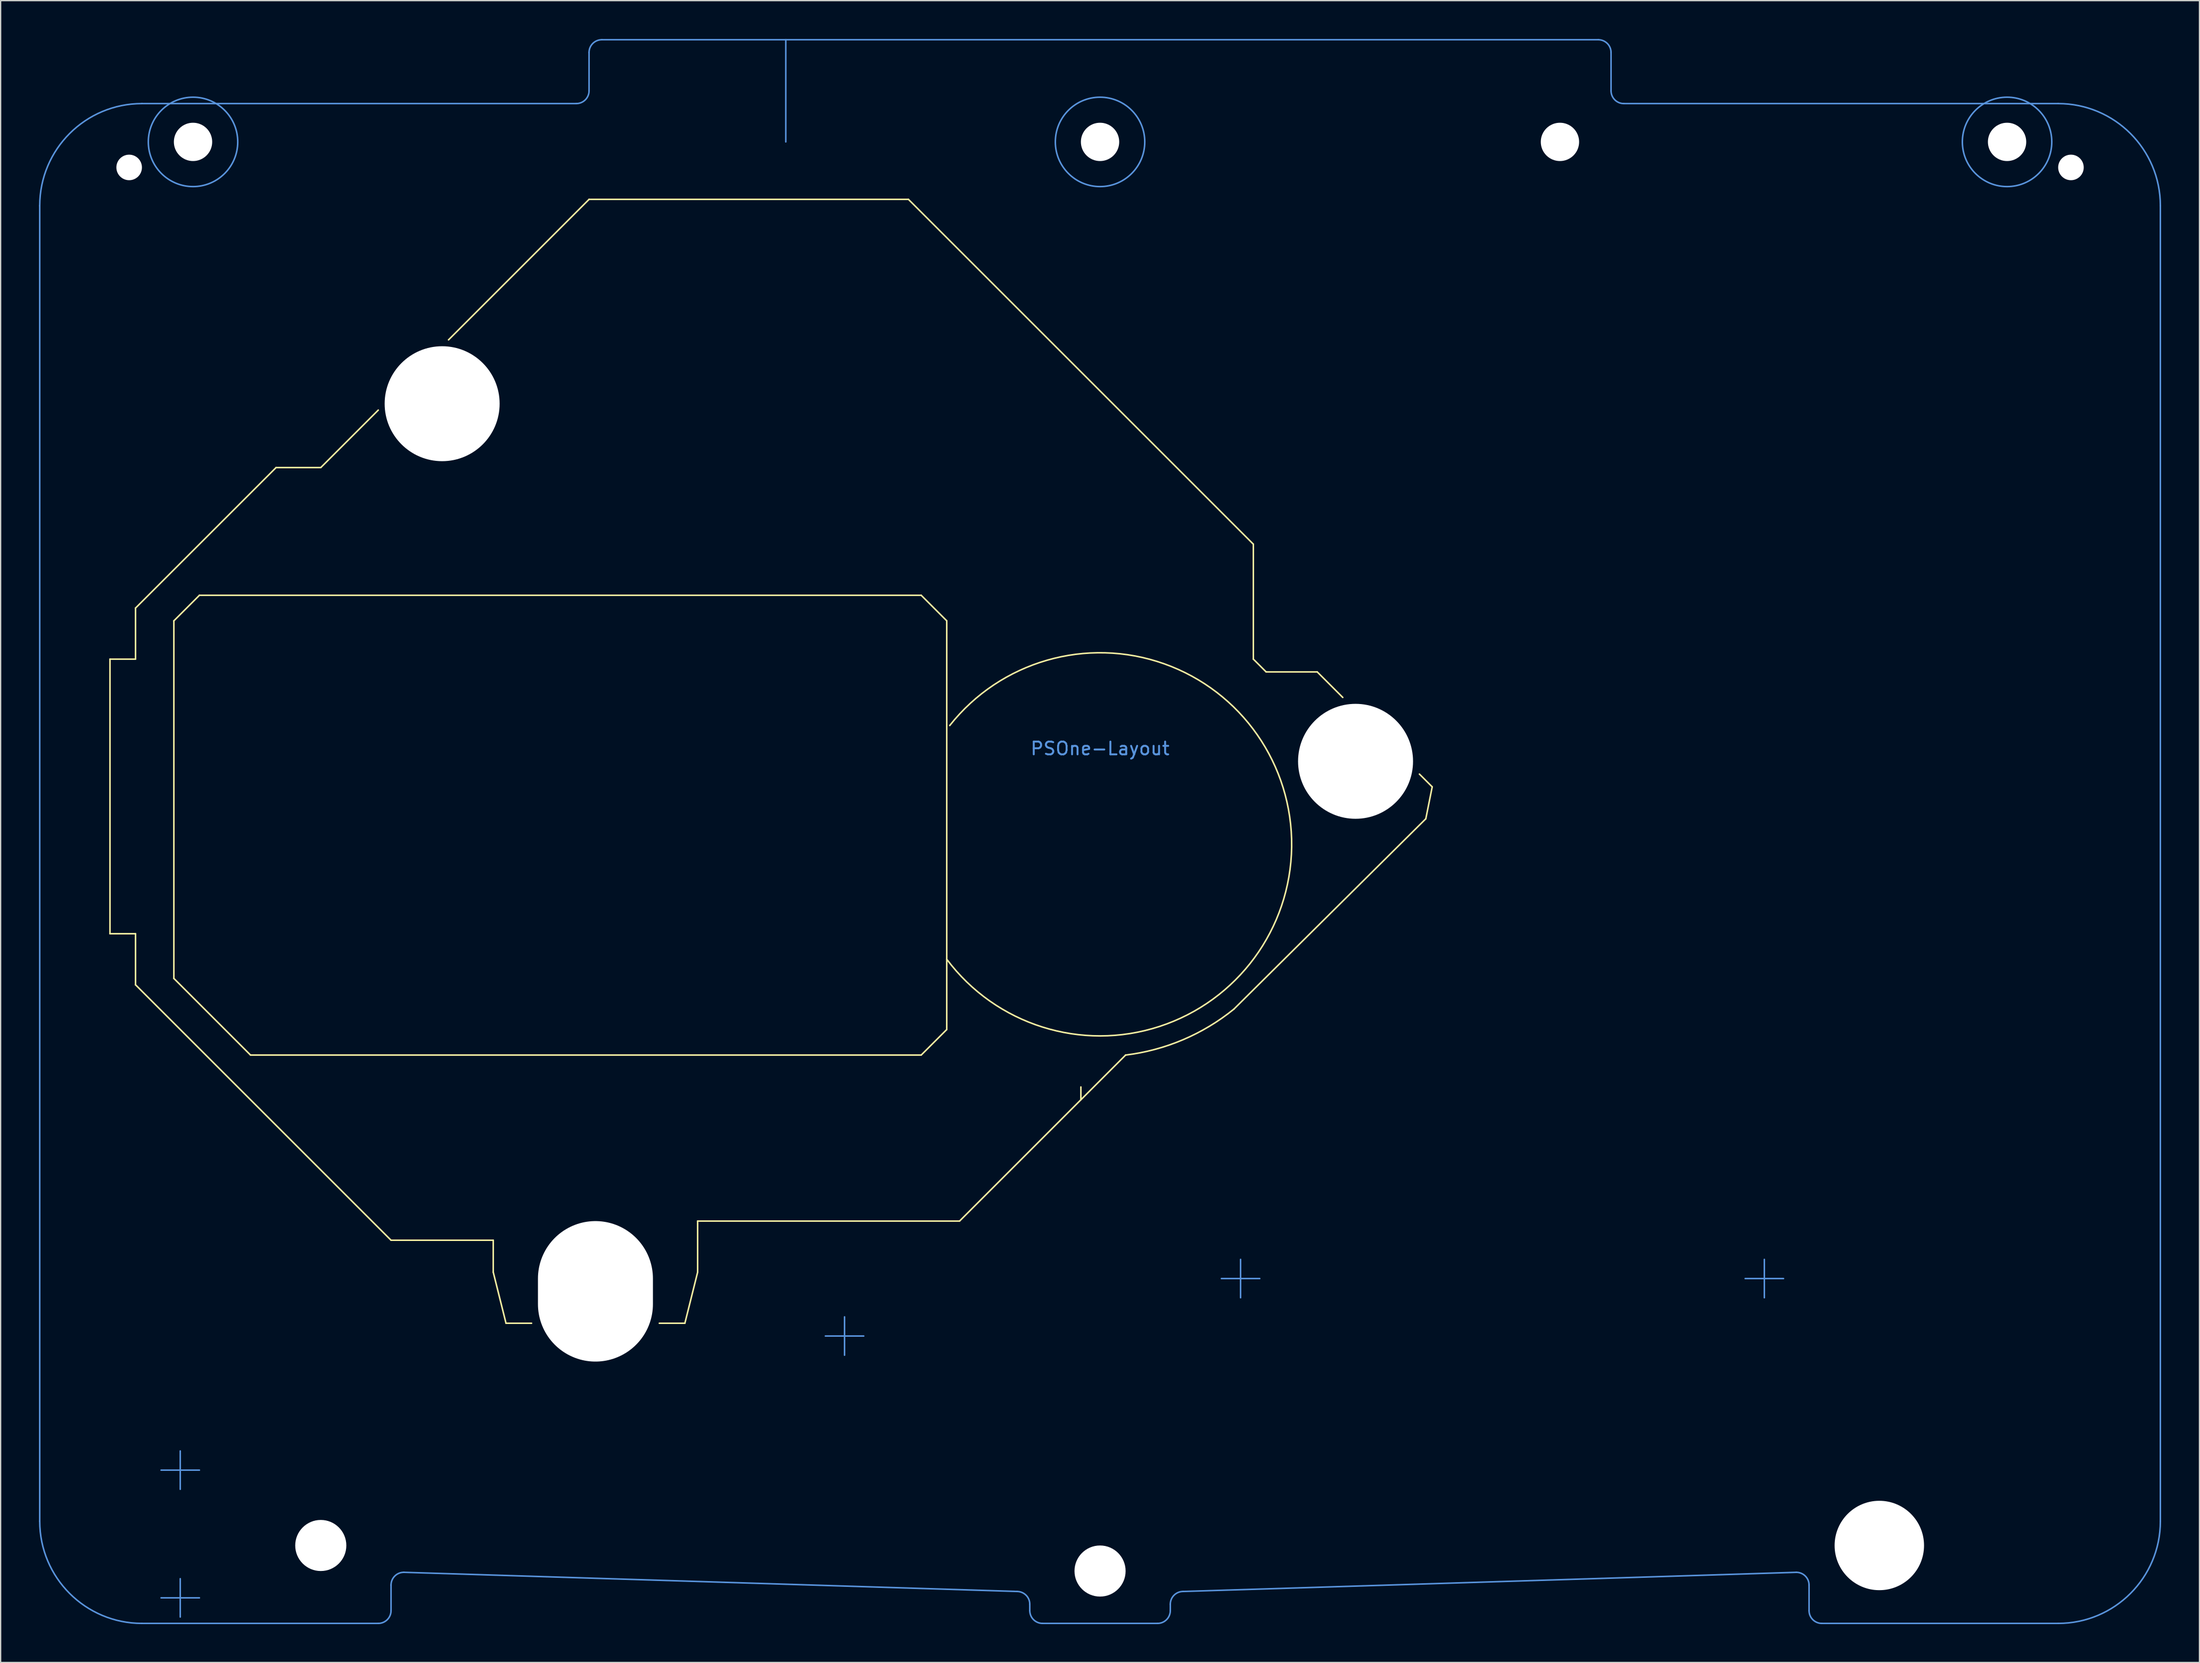
<source format=kicad_pcb>
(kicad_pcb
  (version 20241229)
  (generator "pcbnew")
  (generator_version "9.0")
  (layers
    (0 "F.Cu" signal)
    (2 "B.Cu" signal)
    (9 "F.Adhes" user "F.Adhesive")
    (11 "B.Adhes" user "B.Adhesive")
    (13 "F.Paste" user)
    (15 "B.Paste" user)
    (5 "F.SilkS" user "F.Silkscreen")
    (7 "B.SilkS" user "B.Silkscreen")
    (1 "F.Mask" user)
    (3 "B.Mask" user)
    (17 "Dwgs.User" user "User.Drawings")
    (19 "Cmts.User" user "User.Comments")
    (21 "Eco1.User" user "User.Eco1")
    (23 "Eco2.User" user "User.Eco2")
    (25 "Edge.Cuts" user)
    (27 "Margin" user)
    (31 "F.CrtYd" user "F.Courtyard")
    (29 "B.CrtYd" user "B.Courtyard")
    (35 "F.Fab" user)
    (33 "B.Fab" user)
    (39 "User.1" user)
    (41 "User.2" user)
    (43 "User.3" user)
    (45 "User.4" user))
  (footprint "PSOne-Layout"
    (layer "F.Cu")
    (at 83.06 63.06)
    (property "Reference" "PSOne-Layout" (at 0 -7.5 0) (layer "Cmts.User") (effects (font (size 1 1) (thickness 0.15))))
    (attr through_hole)
    (fp_line (start -77.5 -14.5) (end -77.5 7) (stroke (width 0.12) (type solid)) (layer "F.SilkS"))
    (fp_line (start -77.5 7) (end -75.5 7) (stroke (width 0.12) (type solid)) (layer "F.SilkS"))
    (fp_line (start -75.5 -14.5) (end -77.5 -14.5) (stroke (width 0.12) (type solid)) (layer "F.SilkS"))
    (fp_line (start -75.5 -14.5) (end -75.5 -18.5) (stroke (width 0.12) (type solid)) (layer "F.SilkS"))
    (fp_line (start -75.5 7) (end -75.5 11) (stroke (width 0.12) (type solid)) (layer "F.SilkS"))
    (fp_line (start -75.5 11) (end -55.5 31) (stroke (width 0.12) (type solid)) (layer "F.SilkS"))
    (fp_line (start -72.5 -17.5) (end -70.5 -19.5) (stroke (width 0.12) (type solid)) (layer "F.SilkS"))
    (fp_line (start -72.5 10.5) (end -72.5 -17.5) (stroke (width 0.12) (type solid)) (layer "F.SilkS"))
    (fp_line (start -72.5 10.5) (end -66.5 16.5) (stroke (width 0.12) (type solid)) (layer "F.SilkS"))
    (fp_line (start -70.5 -19.5) (end -14 -19.5) (stroke (width 0.12) (type solid)) (layer "F.SilkS"))
    (fp_line (start -64.5 -29.5) (end -75.5 -18.5) (stroke (width 0.12) (type solid)) (layer "F.SilkS"))
    (fp_line (start -61 -29.5) (end -64.5 -29.5) (stroke (width 0.12) (type solid)) (layer "F.SilkS"))
    (fp_line (start -61 -29.5) (end -56.5 -34) (stroke (width 0.12) (type solid)) (layer "F.SilkS"))
    (fp_line (start -55.5 31) (end -47.5 31) (stroke (width 0.12) (type solid)) (layer "F.SilkS"))
    (fp_line (start -51 -39.5) (end -40 -50.5) (stroke (width 0.12) (type solid)) (layer "F.SilkS"))
    (fp_line (start -47.5 31) (end -47.5 33.5) (stroke (width 0.12) (type solid)) (layer "F.SilkS"))
    (fp_line (start -47.5 33.5) (end -46.5 37.5) (stroke (width 0.12) (type solid)) (layer "F.SilkS"))
    (fp_line (start -46.5 37.5) (end -44.5 37.5) (stroke (width 0.12) (type solid)) (layer "F.SilkS"))
    (fp_line (start -34.5 37.5) (end -32.5 37.5) (stroke (width 0.12) (type solid)) (layer "F.SilkS"))
    (fp_line (start -32.5 37.5) (end -31.5 33.5) (stroke (width 0.12) (type solid)) (layer "F.SilkS"))
    (fp_line (start -31.5 29.5) (end -11 29.5) (stroke (width 0.12) (type solid)) (layer "F.SilkS"))
    (fp_line (start -31.5 33.5) (end -31.5 29.5) (stroke (width 0.12) (type solid)) (layer "F.SilkS"))
    (fp_line (start -15 -50.5) (end -40 -50.5) (stroke (width 0.12) (type solid)) (layer "F.SilkS"))
    (fp_line (start -14 -19.5) (end -12 -17.5) (stroke (width 0.12) (type solid)) (layer "F.SilkS"))
    (fp_line (start -14 16.5) (end -66.5 16.5) (stroke (width 0.12) (type solid)) (layer "F.SilkS"))
    (fp_line (start -14 16.5) (end -12 14.5) (stroke (width 0.12) (type solid)) (layer "F.SilkS"))
    (fp_line (start -12 -17.5) (end -12 14.5) (stroke (width 0.12) (type solid)) (layer "F.SilkS"))
    (fp_line (start -11 29.5) (end 2 16.5) (stroke (width 0.12) (type solid)) (layer "F.SilkS"))
    (fp_line (start -1.5 20) (end -1.5 19) (stroke (width 0.12) (type solid)) (layer "F.SilkS"))
    (fp_line (start 10.478 12.902) (end 25.5 -2) (stroke (width 0.12) (type solid)) (layer "F.SilkS"))
    (fp_line (start 12 -23.5) (end -15 -50.5) (stroke (width 0.12) (type solid)) (layer "F.SilkS"))
    (fp_line (start 12 -14.5) (end 12 -23.5) (stroke (width 0.12) (type solid)) (layer "F.SilkS"))
    (fp_line (start 13 -13.5) (end 12 -14.5) (stroke (width 0.12) (type solid)) (layer "F.SilkS"))
    (fp_line (start 17 -13.5) (end 13 -13.5) (stroke (width 0.12) (type solid)) (layer "F.SilkS"))
    (fp_line (start 19 -11.5) (end 17 -13.5) (stroke (width 0.12) (type solid)) (layer "F.SilkS"))
    (fp_line (start 25.5 -2) (end 26 -4.5) (stroke (width 0.12) (type solid)) (layer "F.SilkS"))
    (fp_line (start 26 -4.5) (end 25 -5.5) (stroke (width 0.12) (type solid)) (layer "F.SilkS"))
    (fp_arc (start -11.76676 -9.302869) (mid 14.998783 0.191135) (end -12 9) (stroke (width 0.12) (type solid)) (layer "F.SilkS"))
    (fp_arc (start 10.484844 12.896434) (mid 6.497249 15.298226) (end 1.999999 16.499999) (stroke (width 0.12) (type solid)) (layer "F.SilkS"))
    (fp_line (start -83 53) (end -83 -50) (stroke (width 0.12) (type solid)) (layer "Cmts.User"))
    (fp_line (start -75 -58) (end -41 -58) (stroke (width 0.12) (type solid)) (layer "Cmts.User"))
    (fp_line (start -73.5 59) (end -70.5 59) (stroke (width 0.12) (type solid)) (layer "Cmts.User"))
    (fp_line (start -72 47.5) (end -72 50.5) (stroke (width 0.12) (type solid)) (layer "Cmts.User"))
    (fp_line (start -72 57.5) (end -72 60.5) (stroke (width 0.12) (type solid)) (layer "Cmts.User"))
    (fp_line (start -70.5 49) (end -73.5 49) (stroke (width 0.12) (type solid)) (layer "Cmts.User"))
    (fp_line (start -56.5 61) (end -75 61) (stroke (width 0.12) (type solid)) (layer "Cmts.User"))
    (fp_line (start -55.5 60) (end -55.5 58) (stroke (width 0.12) (type solid)) (layer "Cmts.User"))
    (fp_line (start -54.5 57) (end -6.5 58.5) (stroke (width 0.12) (type solid)) (layer "Cmts.User"))
    (fp_line (start -40 -59) (end -40 -62) (stroke (width 0.12) (type solid)) (layer "Cmts.User"))
    (fp_line (start -39 -63) (end 39 -63) (stroke (width 0.12) (type solid)) (layer "Cmts.User"))
    (fp_line (start -24.6 -55) (end -24.6 -63) (stroke (width 0.12) (type solid)) (layer "Cmts.User"))
    (fp_line (start -20 37) (end -20 40) (stroke (width 0.12) (type solid)) (layer "Cmts.User"))
    (fp_line (start -18.5 38.5) (end -21.5 38.5) (stroke (width 0.12) (type solid)) (layer "Cmts.User"))
    (fp_line (start -5.5 60) (end -5.5 59.5) (stroke (width 0.12) (type solid)) (layer "Cmts.User"))
    (fp_line (start 4.5 61) (end -4.5 61) (stroke (width 0.12) (type solid)) (layer "Cmts.User"))
    (fp_line (start 5.5 60) (end 5.5 59.5) (stroke (width 0.12) (type solid)) (layer "Cmts.User"))
    (fp_line (start 6.5 58.5) (end 54.5 57) (stroke (width 0.12) (type solid)) (layer "Cmts.User"))
    (fp_line (start 11 32.5) (end 11 35.5) (stroke (width 0.12) (type solid)) (layer "Cmts.User"))
    (fp_line (start 12.5 34) (end 9.5 34) (stroke (width 0.12) (type solid)) (layer "Cmts.User"))
    (fp_line (start 40 -62) (end 40 -59) (stroke (width 0.12) (type solid)) (layer "Cmts.User"))
    (fp_line (start 41 -58) (end 75 -58) (stroke (width 0.12) (type solid)) (layer "Cmts.User"))
    (fp_line (start 52 32.5) (end 52 35.5) (stroke (width 0.12) (type solid)) (layer "Cmts.User"))
    (fp_line (start 53.5 34) (end 50.5 34) (stroke (width 0.12) (type solid)) (layer "Cmts.User"))
    (fp_line (start 55.5 60) (end 55.5 58) (stroke (width 0.12) (type solid)) (layer "Cmts.User"))
    (fp_line (start 56.5 61) (end 75 61) (stroke (width 0.12) (type solid)) (layer "Cmts.User"))
    (fp_line (start 83 -50) (end 83 53) (stroke (width 0.12) (type solid)) (layer "Cmts.User"))
    (fp_arc (start -83 -50) (mid -80.656854 -55.656854) (end -75 -58) (stroke (width 0.12) (type solid)) (layer "Cmts.User"))
    (fp_arc (start -75 61) (mid -80.656854 58.656854) (end -83 53) (stroke (width 0.12) (type solid)) (layer "Cmts.User"))
    (fp_arc (start -55.5 58) (mid -55.207107 57.292893) (end -54.5 57) (stroke (width 0.12) (type solid)) (layer "Cmts.User"))
    (fp_arc (start -55.5 60) (mid -55.792893 60.707107) (end -56.5 61) (stroke (width 0.12) (type solid)) (layer "Cmts.User"))
    (fp_arc (start -40 -62) (mid -39.707107 -62.707107) (end -39 -63) (stroke (width 0.12) (type solid)) (layer "Cmts.User"))
    (fp_arc (start -40 -59) (mid -40.292893 -58.292893) (end -41 -58) (stroke (width 0.12) (type solid)) (layer "Cmts.User"))
    (fp_arc (start -6.5 58.5) (mid -5.792893 58.792893) (end -5.5 59.5) (stroke (width 0.12) (type solid)) (layer "Cmts.User"))
    (fp_arc (start -4.5 61) (mid -5.207107 60.707107) (end -5.5 60) (stroke (width 0.12) (type solid)) (layer "Cmts.User"))
    (fp_arc (start 5.5 59.5) (mid 5.792893 58.792893) (end 6.5 58.5) (stroke (width 0.12) (type solid)) (layer "Cmts.User"))
    (fp_arc (start 5.5 60) (mid 5.207107 60.707107) (end 4.5 61) (stroke (width 0.12) (type solid)) (layer "Cmts.User"))
    (fp_arc (start 39 -63) (mid 39.707107 -62.707107) (end 40 -62) (stroke (width 0.12) (type solid)) (layer "Cmts.User"))
    (fp_arc (start 41 -58) (mid 40.292893 -58.292893) (end 40 -59) (stroke (width 0.12) (type solid)) (layer "Cmts.User"))
    (fp_arc (start 54.5 57) (mid 55.207107 57.292893) (end 55.5 58) (stroke (width 0.12) (type solid)) (layer "Cmts.User"))
    (fp_arc (start 56.5 61) (mid 55.792893 60.707107) (end 55.5 60) (stroke (width 0.12) (type solid)) (layer "Cmts.User"))
    (fp_arc (start 75 -58) (mid 80.656854 -55.656854) (end 83 -50) (stroke (width 0.12) (type solid)) (layer "Cmts.User"))
    (fp_arc (start 83 53) (mid 80.656854 58.656854) (end 75 61) (stroke (width 0.12) (type solid)) (layer "Cmts.User"))
    (fp_circle (center -71 -55) (end -67.5 -55) (stroke (width 0.12) (type solid)) (fill no) (layer "Cmts.User"))
    (fp_circle (center 0 -55) (end 3.5 -55) (stroke (width 0.12) (type solid)) (fill no) (layer "Cmts.User"))
    (fp_circle (center 71 -55) (end 74.5 -55) (stroke (width 0.12) (type solid)) (fill no) (layer "Cmts.User"))
    (pad "" np_thru_hole circle (at -76 -53) (size 2 2) (drill 2) (layers "*.Cu" "*.Mask"))
    (pad "" np_thru_hole circle (at -71 -55) (size 3 3) (drill 3) (layers "*.Cu" "*.Mask"))
    (pad "" np_thru_hole circle (at -61 54.9) (size 4 4) (drill 4) (layers "*.Cu" "*.Mask"))
    (pad "" np_thru_hole circle (at -51.5 -34.5) (size 9 9) (drill 9) (layers "*.Cu" "*.Mask"))
    (pad "" np_thru_hole oval (at -39.5 35) (size 9 11) (drill oval 9 11) (layers "*.Cu" "*.Mask"))
    (pad "" np_thru_hole circle (at 0 -55) (size 3 3) (drill 3) (layers "*.Cu" "*.Mask"))
    (pad "" np_thru_hole circle (at 0 56.9) (size 4 4) (drill 4) (layers "*.Cu" "*.Mask"))
    (pad "" np_thru_hole circle (at 20 -6.5) (size 9 9) (drill 9) (layers "*.Cu" "*.Mask"))
    (pad "" np_thru_hole circle (at 36 -55) (size 3 3) (drill 3) (layers "*.Cu" "*.Mask"))
    (pad "" np_thru_hole circle (at 61 54.9) (size 7 7) (drill 7) (layers "*.Cu" "*.Mask"))
    (pad "" np_thru_hole circle (at 71 -55) (size 3 3) (drill 3) (layers "*.Cu" "*.Mask"))
    (pad "" np_thru_hole circle (at 76 -53) (size 2 2) (drill 2) (layers "*.Cu" "*.Mask")))
  (gr_rect
    (start -3 -3)
    (end 169.12 127.12)
    (stroke (width 0.1) (type default))
    (fill no)
    (layer "Edge.Cuts")))
</source>
